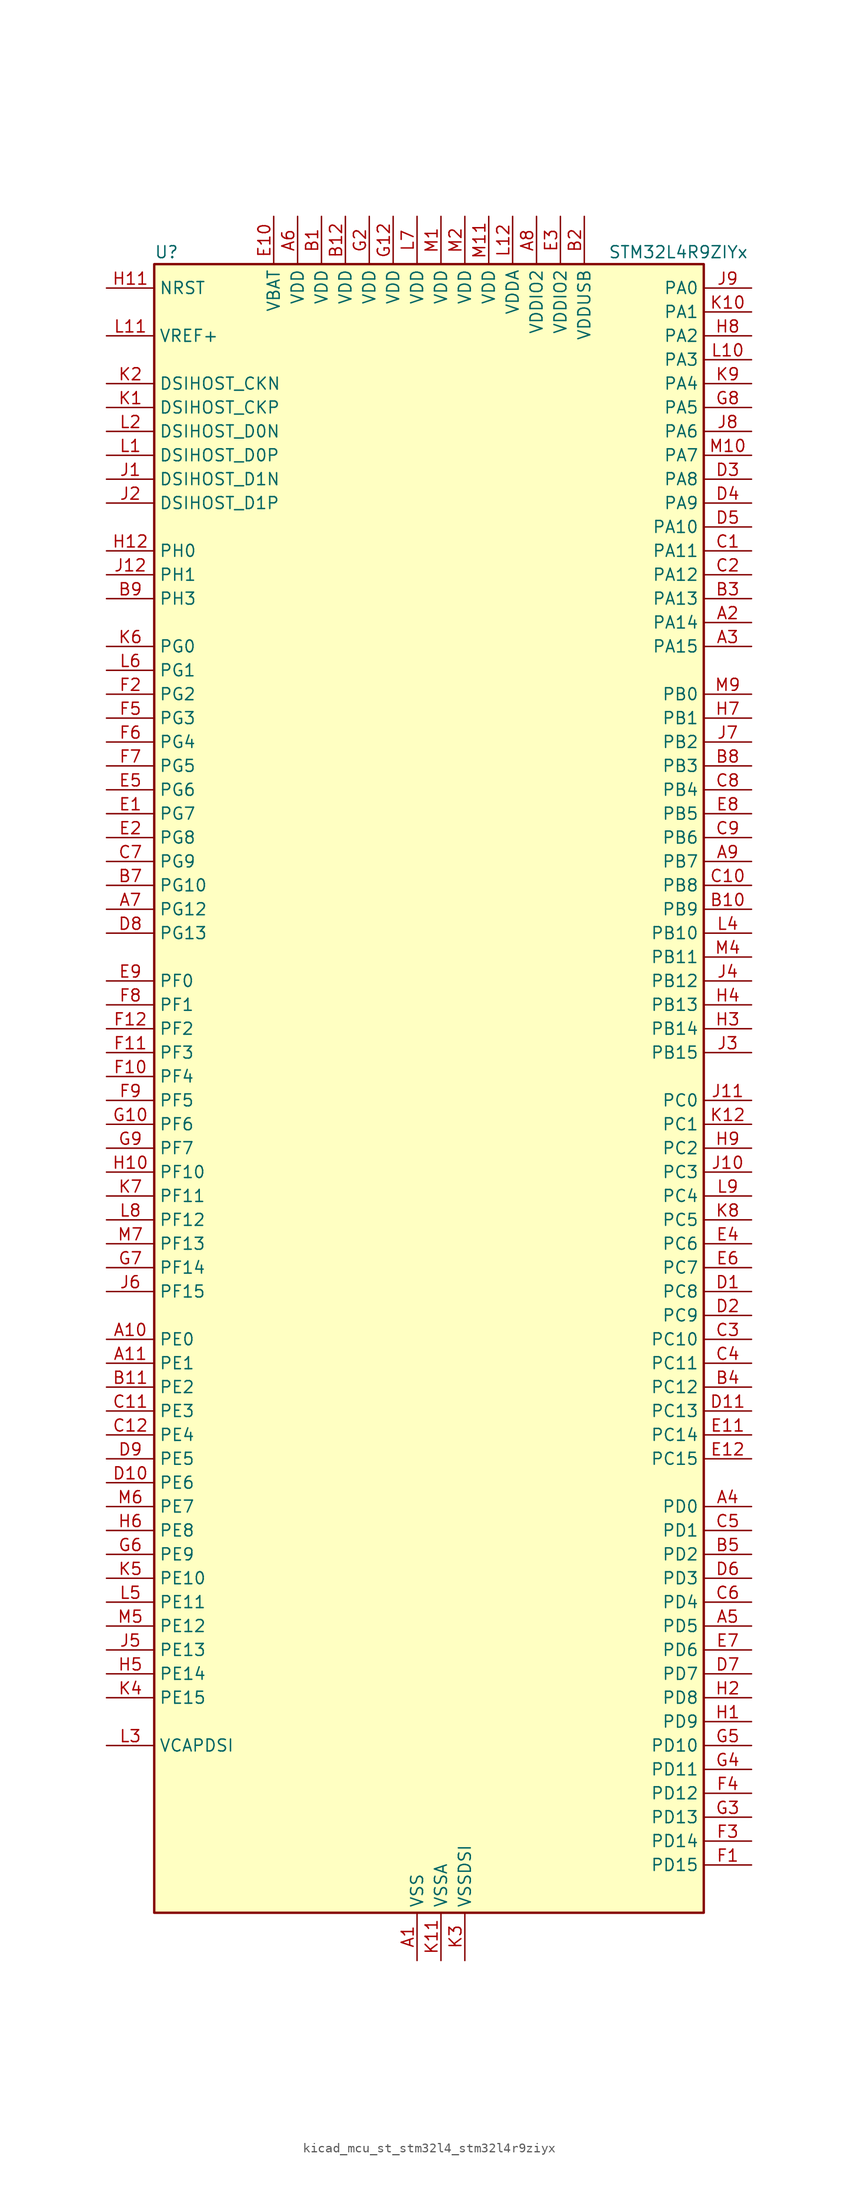
<source format=kicad_sym>
(kicad_symbol_lib
  (version 20220914)
  (generator kicad_symbol_editor)
  (symbol "kicad_mcu_st_stm32l4_stm32l4r9ziyx"
    (property "Reference" "U"
      (at -27.94 90.17 0)
      (effects (font (size 1.27 1.27)) (justify left)))
    (property "Value" "STM32L4R9ZIYx"
      (at 20.32 90.17 0)
      (effects (font (size 1.27 1.27)) (justify left)))
    (property "ki_locked" ""
      (at 0 0 0)
      (effects (font (size 1.27 1.27))))
    (symbol "kicad_mcu_st_stm32l4_stm32l4r9ziyx_0_1"
      (rectangle (start -27.94 -86.36) (end 30.48 88.9) (stroke (width 0.254) (type default)) (fill (type background))))
    (symbol "kicad_mcu_st_stm32l4_stm32l4r9ziyx_1_1"
      (pin power_in line (at 0 -91.44 90) (length 5.08) (name "VSS" (effects (font (size 1.27 1.27)))) (number "A1" (effects (font (size 1.27 1.27)))))
      (pin bidirectional line (at -33.02 -25.4 0) (length 5.08) (name "PE0" (effects (font (size 1.27 1.27)))) (number "A10" (effects (font (size 1.27 1.27)))) (alternate "DCMI_D2" bidirectional line) (alternate "FMC_NBL0" bidirectional line) (alternate "LTDC_HSYNC" bidirectional line) (alternate "TIM16_CH1" bidirectional line) (alternate "TIM4_ETR" bidirectional line))
      (pin bidirectional line (at -33.02 -27.94 0) (length 5.08) (name "PE1" (effects (font (size 1.27 1.27)))) (number "A11" (effects (font (size 1.27 1.27)))) (alternate "DCMI_D3" bidirectional line) (alternate "FMC_NBL1" bidirectional line) (alternate "LTDC_VSYNC" bidirectional line) (alternate "TIM17_CH1" bidirectional line))
      (pin passive line (at 0 -91.44 90) (length 5.08) hide (name "VSS" (effects (font (size 1.27 1.27)))) (number "A12" (effects (font (size 1.27 1.27)))))
      (pin bidirectional line (at 35.56 50.8 180) (length 5.08) (name "PA14" (effects (font (size 1.27 1.27)))) (number "A2" (effects (font (size 1.27 1.27)))) (alternate "I2C1_SMBA" bidirectional line) (alternate "I2C4_SMBA" bidirectional line) (alternate "LPTIM1_OUT" bidirectional line) (alternate "SAI1_FS_B" bidirectional line) (alternate "SYS_JTCK-SWCLK" bidirectional line) (alternate "USB_OTG_FS_SOF" bidirectional line))
      (pin bidirectional line (at 35.56 48.26 180) (length 5.08) (name "PA15" (effects (font (size 1.27 1.27)))) (number "A3" (effects (font (size 1.27 1.27)))) (alternate "ADC1_EXTI15" bidirectional line) (alternate "SAI2_FS_B" bidirectional line) (alternate "SPI1_NSS" bidirectional line) (alternate "SPI3_NSS" bidirectional line) (alternate "SYS_JTDI" bidirectional line) (alternate "TIM2_CH1" bidirectional line) (alternate "TIM2_ETR" bidirectional line) (alternate "TSC_G3_IO1" bidirectional line) (alternate "UART4_DE" bidirectional line) (alternate "UART4_RTS" bidirectional line) (alternate "USART2_RX" bidirectional line) (alternate "USART3_DE" bidirectional line) (alternate "USART3_RTS" bidirectional line))
      (pin bidirectional line (at 35.56 -43.18 180) (length 5.08) (name "PD0" (effects (font (size 1.27 1.27)))) (number "A4" (effects (font (size 1.27 1.27)))) (alternate "CAN1_RX" bidirectional line) (alternate "DFSDM1_DATIN7" bidirectional line) (alternate "FMC_D2" bidirectional line) (alternate "FMC_DA2" bidirectional line) (alternate "LTDC_B4" bidirectional line) (alternate "SPI2_NSS" bidirectional line))
      (pin bidirectional line (at 35.56 -55.88 180) (length 5.08) (name "PD5" (effects (font (size 1.27 1.27)))) (number "A5" (effects (font (size 1.27 1.27)))) (alternate "FMC_NWE" bidirectional line) (alternate "OCTOSPIM_P1_IO5" bidirectional line) (alternate "USART2_TX" bidirectional line))
      (pin power_in line (at -12.7 93.98 270) (length 5.08) (name "VDD" (effects (font (size 1.27 1.27)))) (number "A6" (effects (font (size 1.27 1.27)))))
      (pin bidirectional line (at -33.02 20.32 0) (length 5.08) (name "PG12" (effects (font (size 1.27 1.27)))) (number "A7" (effects (font (size 1.27 1.27)))) (alternate "FMC_NE4" bidirectional line) (alternate "LPTIM1_ETR" bidirectional line) (alternate "OCTOSPIM_P2_NCS" bidirectional line) (alternate "SAI2_SD_A" bidirectional line) (alternate "SPI3_NSS" bidirectional line) (alternate "USART1_DE" bidirectional line) (alternate "USART1_RTS" bidirectional line))
      (pin power_in line (at 12.7 93.98 270) (length 5.08) (name "VDDIO2" (effects (font (size 1.27 1.27)))) (number "A8" (effects (font (size 1.27 1.27)))))
      (pin bidirectional line (at 35.56 25.4 180) (length 5.08) (name "PB7" (effects (font (size 1.27 1.27)))) (number "A9" (effects (font (size 1.27 1.27)))) (alternate "COMP2_INM" bidirectional line) (alternate "DCMI_VSYNC" bidirectional line) (alternate "DFSDM1_CKIN5" bidirectional line) (alternate "DSIHOST_TE" bidirectional line) (alternate "FMC_NL" bidirectional line) (alternate "I2C1_SDA" bidirectional line) (alternate "I2C4_SDA" bidirectional line) (alternate "LPTIM1_IN2" bidirectional line) (alternate "SYS_PVD_IN" bidirectional line) (alternate "TIM17_CH1N" bidirectional line) (alternate "TIM4_CH2" bidirectional line) (alternate "TIM8_BKIN" bidirectional line) (alternate "TSC_G2_IO4" bidirectional line) (alternate "UART4_CTS" bidirectional line) (alternate "USART1_RX" bidirectional line))
      (pin power_in line (at -10.16 93.98 270) (length 5.08) (name "VDD" (effects (font (size 1.27 1.27)))) (number "B1" (effects (font (size 1.27 1.27)))))
      (pin bidirectional line (at 35.56 20.32 180) (length 5.08) (name "PB9" (effects (font (size 1.27 1.27)))) (number "B10" (effects (font (size 1.27 1.27)))) (alternate "CAN1_TX" bidirectional line) (alternate "DAC1_EXTI9" bidirectional line) (alternate "DCMI_D7" bidirectional line) (alternate "DFSDM1_CKIN6" bidirectional line) (alternate "I2C1_SDA" bidirectional line) (alternate "IR_OUT" bidirectional line) (alternate "SAI1_D2" bidirectional line) (alternate "SAI1_FS_A" bidirectional line) (alternate "SDMMC1_CDIR" bidirectional line) (alternate "SDMMC1_D5" bidirectional line) (alternate "SPI2_NSS" bidirectional line) (alternate "TIM17_CH1" bidirectional line) (alternate "TIM4_CH4" bidirectional line))
      (pin bidirectional line (at -33.02 -30.48 0) (length 5.08) (name "PE2" (effects (font (size 1.27 1.27)))) (number "B11" (effects (font (size 1.27 1.27)))) (alternate "FMC_A23" bidirectional line) (alternate "LTDC_R0" bidirectional line) (alternate "SAI1_CK1" bidirectional line) (alternate "SAI1_MCLK_A" bidirectional line) (alternate "SYS_TRACECLK" bidirectional line) (alternate "TIM3_ETR" bidirectional line) (alternate "TSC_G7_IO1" bidirectional line))
      (pin power_in line (at -7.62 93.98 270) (length 5.08) (name "VDD" (effects (font (size 1.27 1.27)))) (number "B12" (effects (font (size 1.27 1.27)))))
      (pin power_in line (at 17.78 93.98 270) (length 5.08) (name "VDDUSB" (effects (font (size 1.27 1.27)))) (number "B2" (effects (font (size 1.27 1.27)))))
      (pin bidirectional line (at 35.56 53.34 180) (length 5.08) (name "PA13" (effects (font (size 1.27 1.27)))) (number "B3" (effects (font (size 1.27 1.27)))) (alternate "IR_OUT" bidirectional line) (alternate "SAI1_SD_B" bidirectional line) (alternate "SYS_JTMS-SWDIO" bidirectional line) (alternate "USB_OTG_FS_NOE" bidirectional line))
      (pin bidirectional line (at 35.56 -30.48 180) (length 5.08) (name "PC12" (effects (font (size 1.27 1.27)))) (number "B4" (effects (font (size 1.27 1.27)))) (alternate "DCMI_D9" bidirectional line) (alternate "SAI2_SD_B" bidirectional line) (alternate "SDMMC1_CK" bidirectional line) (alternate "SPI3_MOSI" bidirectional line) (alternate "SYS_TRACED3" bidirectional line) (alternate "TSC_G3_IO4" bidirectional line) (alternate "UART5_TX" bidirectional line) (alternate "USART3_CK" bidirectional line))
      (pin bidirectional line (at 35.56 -48.26 180) (length 5.08) (name "PD2" (effects (font (size 1.27 1.27)))) (number "B5" (effects (font (size 1.27 1.27)))) (alternate "DCMI_D11" bidirectional line) (alternate "SDMMC1_CMD" bidirectional line) (alternate "SYS_TRACED2" bidirectional line) (alternate "TIM3_ETR" bidirectional line) (alternate "TSC_SYNC" bidirectional line) (alternate "UART5_RX" bidirectional line) (alternate "USART3_DE" bidirectional line) (alternate "USART3_RTS" bidirectional line))
      (pin passive line (at 0 -91.44 90) (length 5.08) hide (name "VSS" (effects (font (size 1.27 1.27)))) (number "B6" (effects (font (size 1.27 1.27)))))
      (pin bidirectional line (at -33.02 22.86 0) (length 5.08) (name "PG10" (effects (font (size 1.27 1.27)))) (number "B7" (effects (font (size 1.27 1.27)))) (alternate "FMC_NE3" bidirectional line) (alternate "LPTIM1_IN1" bidirectional line) (alternate "OCTOSPIM_P2_IO7" bidirectional line) (alternate "SAI2_FS_A" bidirectional line) (alternate "SPI3_MISO" bidirectional line) (alternate "TIM15_CH1" bidirectional line) (alternate "USART1_RX" bidirectional line))
      (pin bidirectional line (at 35.56 35.56 180) (length 5.08) (name "PB3" (effects (font (size 1.27 1.27)))) (number "B8" (effects (font (size 1.27 1.27)))) (alternate "COMP2_INM" bidirectional line) (alternate "CRS_SYNC" bidirectional line) (alternate "SAI1_SCK_B" bidirectional line) (alternate "SPI1_SCK" bidirectional line) (alternate "SPI3_SCK" bidirectional line) (alternate "SYS_JTDO-SWO" bidirectional line) (alternate "TIM2_CH2" bidirectional line) (alternate "USART1_DE" bidirectional line) (alternate "USART1_RTS" bidirectional line))
      (pin bidirectional line (at -33.02 53.34 0) (length 5.08) (name "PH3" (effects (font (size 1.27 1.27)))) (number "B9" (effects (font (size 1.27 1.27)))))
      (pin bidirectional line (at 35.56 58.42 180) (length 5.08) (name "PA11" (effects (font (size 1.27 1.27)))) (number "C1" (effects (font (size 1.27 1.27)))) (alternate "ADC1_EXTI11" bidirectional line) (alternate "CAN1_RX" bidirectional line) (alternate "SPI1_MISO" bidirectional line) (alternate "TIM1_BKIN2" bidirectional line) (alternate "TIM1_CH4" bidirectional line) (alternate "USART1_CTS" bidirectional line) (alternate "USART1_NSS" bidirectional line) (alternate "USB_OTG_FS_DM" bidirectional line))
      (pin bidirectional line (at 35.56 22.86 180) (length 5.08) (name "PB8" (effects (font (size 1.27 1.27)))) (number "C10" (effects (font (size 1.27 1.27)))) (alternate "CAN1_RX" bidirectional line) (alternate "DCMI_D6" bidirectional line) (alternate "DFSDM1_CKOUT" bidirectional line) (alternate "DFSDM1_DATIN6" bidirectional line) (alternate "I2C1_SCL" bidirectional line) (alternate "LTDC_B1" bidirectional line) (alternate "SAI1_CK1" bidirectional line) (alternate "SAI1_MCLK_A" bidirectional line) (alternate "SDMMC1_CKIN" bidirectional line) (alternate "SDMMC1_D4" bidirectional line) (alternate "TIM16_CH1" bidirectional line) (alternate "TIM4_CH3" bidirectional line))
      (pin bidirectional line (at -33.02 -33.02 0) (length 5.08) (name "PE3" (effects (font (size 1.27 1.27)))) (number "C11" (effects (font (size 1.27 1.27)))) (alternate "FMC_A19" bidirectional line) (alternate "LTDC_R1" bidirectional line) (alternate "OCTOSPIM_P1_DQS" bidirectional line) (alternate "SAI1_SD_B" bidirectional line) (alternate "SYS_TRACED0" bidirectional line) (alternate "TIM3_CH1" bidirectional line) (alternate "TSC_G7_IO2" bidirectional line))
      (pin bidirectional line (at -33.02 -35.56 0) (length 5.08) (name "PE4" (effects (font (size 1.27 1.27)))) (number "C12" (effects (font (size 1.27 1.27)))) (alternate "DCMI_D4" bidirectional line) (alternate "DFSDM1_DATIN3" bidirectional line) (alternate "FMC_A20" bidirectional line) (alternate "LTDC_B0" bidirectional line) (alternate "SAI1_D2" bidirectional line) (alternate "SAI1_FS_A" bidirectional line) (alternate "SYS_TRACED1" bidirectional line) (alternate "TIM3_CH2" bidirectional line) (alternate "TSC_G7_IO3" bidirectional line))
      (pin bidirectional line (at 35.56 55.88 180) (length 5.08) (name "PA12" (effects (font (size 1.27 1.27)))) (number "C2" (effects (font (size 1.27 1.27)))) (alternate "CAN1_TX" bidirectional line) (alternate "SPI1_MOSI" bidirectional line) (alternate "TIM1_ETR" bidirectional line) (alternate "USART1_DE" bidirectional line) (alternate "USART1_RTS" bidirectional line) (alternate "USB_OTG_FS_DP" bidirectional line))
      (pin bidirectional line (at 35.56 -25.4 180) (length 5.08) (name "PC10" (effects (font (size 1.27 1.27)))) (number "C3" (effects (font (size 1.27 1.27)))) (alternate "DCMI_D8" bidirectional line) (alternate "SAI2_SCK_B" bidirectional line) (alternate "SDMMC1_D2" bidirectional line) (alternate "SPI3_SCK" bidirectional line) (alternate "SYS_TRACED1" bidirectional line) (alternate "TSC_G3_IO2" bidirectional line) (alternate "UART4_TX" bidirectional line) (alternate "USART3_TX" bidirectional line))
      (pin bidirectional line (at 35.56 -27.94 180) (length 5.08) (name "PC11" (effects (font (size 1.27 1.27)))) (number "C4" (effects (font (size 1.27 1.27)))) (alternate "ADC1_EXTI11" bidirectional line) (alternate "DCMI_D2" bidirectional line) (alternate "DCMI_D4" bidirectional line) (alternate "OCTOSPIM_P1_NCS" bidirectional line) (alternate "SAI2_MCLK_B" bidirectional line) (alternate "SDMMC1_D3" bidirectional line) (alternate "SPI3_MISO" bidirectional line) (alternate "TSC_G3_IO3" bidirectional line) (alternate "UART4_RX" bidirectional line) (alternate "USART3_RX" bidirectional line))
      (pin bidirectional line (at 35.56 -45.72 180) (length 5.08) (name "PD1" (effects (font (size 1.27 1.27)))) (number "C5" (effects (font (size 1.27 1.27)))) (alternate "CAN1_TX" bidirectional line) (alternate "DFSDM1_CKIN7" bidirectional line) (alternate "FMC_D3" bidirectional line) (alternate "FMC_DA3" bidirectional line) (alternate "LTDC_B5" bidirectional line) (alternate "SPI2_SCK" bidirectional line))
      (pin bidirectional line (at 35.56 -53.34 180) (length 5.08) (name "PD4" (effects (font (size 1.27 1.27)))) (number "C6" (effects (font (size 1.27 1.27)))) (alternate "DFSDM1_CKIN0" bidirectional line) (alternate "FMC_NOE" bidirectional line) (alternate "OCTOSPIM_P1_IO4" bidirectional line) (alternate "SPI2_MOSI" bidirectional line) (alternate "USART2_DE" bidirectional line) (alternate "USART2_RTS" bidirectional line))
      (pin bidirectional line (at -33.02 25.4 0) (length 5.08) (name "PG9" (effects (font (size 1.27 1.27)))) (number "C7" (effects (font (size 1.27 1.27)))) (alternate "DAC1_EXTI9" bidirectional line) (alternate "FMC_NCE" bidirectional line) (alternate "FMC_NE2" bidirectional line) (alternate "OCTOSPIM_P2_IO6" bidirectional line) (alternate "SAI2_SCK_A" bidirectional line) (alternate "SPI3_SCK" bidirectional line) (alternate "TIM15_CH1N" bidirectional line) (alternate "USART1_TX" bidirectional line))
      (pin bidirectional line (at 35.56 33.02 180) (length 5.08) (name "PB4" (effects (font (size 1.27 1.27)))) (number "C8" (effects (font (size 1.27 1.27)))) (alternate "COMP2_INP" bidirectional line) (alternate "DCMI_D12" bidirectional line) (alternate "I2C3_SDA" bidirectional line) (alternate "SAI1_MCLK_B" bidirectional line) (alternate "SPI1_MISO" bidirectional line) (alternate "SPI3_MISO" bidirectional line) (alternate "SYS_JTRST" bidirectional line) (alternate "TIM17_BKIN" bidirectional line) (alternate "TIM3_CH1" bidirectional line) (alternate "TSC_G2_IO1" bidirectional line) (alternate "UART5_DE" bidirectional line) (alternate "UART5_RTS" bidirectional line) (alternate "USART1_CTS" bidirectional line) (alternate "USART1_NSS" bidirectional line))
      (pin bidirectional line (at 35.56 27.94 180) (length 5.08) (name "PB6" (effects (font (size 1.27 1.27)))) (number "C9" (effects (font (size 1.27 1.27)))) (alternate "COMP2_INP" bidirectional line) (alternate "DCMI_D5" bidirectional line) (alternate "DFSDM1_DATIN5" bidirectional line) (alternate "I2C1_SCL" bidirectional line) (alternate "I2C4_SCL" bidirectional line) (alternate "LPTIM1_ETR" bidirectional line) (alternate "SAI1_FS_B" bidirectional line) (alternate "TIM16_CH1N" bidirectional line) (alternate "TIM4_CH1" bidirectional line) (alternate "TIM8_BKIN2" bidirectional line) (alternate "TSC_G2_IO3" bidirectional line) (alternate "USART1_TX" bidirectional line))
      (pin bidirectional line (at 35.56 -20.32 180) (length 5.08) (name "PC8" (effects (font (size 1.27 1.27)))) (number "D1" (effects (font (size 1.27 1.27)))) (alternate "DCMI_D2" bidirectional line) (alternate "SDMMC1_D0" bidirectional line) (alternate "TIM3_CH3" bidirectional line) (alternate "TIM8_CH3" bidirectional line) (alternate "TSC_G4_IO3" bidirectional line))
      (pin bidirectional line (at -33.02 -40.64 0) (length 5.08) (name "PE6" (effects (font (size 1.27 1.27)))) (number "D10" (effects (font (size 1.27 1.27)))) (alternate "DCMI_D7" bidirectional line) (alternate "FMC_A22" bidirectional line) (alternate "LTDC_G1" bidirectional line) (alternate "RTC_TAMP3" bidirectional line) (alternate "SAI1_D1" bidirectional line) (alternate "SAI1_SD_A" bidirectional line) (alternate "SYS_TRACED3" bidirectional line) (alternate "SYS_WKUP3" bidirectional line) (alternate "TIM3_CH4" bidirectional line))
      (pin bidirectional line (at 35.56 -33.02 180) (length 5.08) (name "PC13" (effects (font (size 1.27 1.27)))) (number "D11" (effects (font (size 1.27 1.27)))) (alternate "RTC_OUT_ALARM" bidirectional line) (alternate "RTC_OUT_CALIB" bidirectional line) (alternate "RTC_TAMP1" bidirectional line) (alternate "RTC_TS" bidirectional line) (alternate "SYS_WKUP2" bidirectional line))
      (pin passive line (at 0 -91.44 90) (length 5.08) hide (name "VSS" (effects (font (size 1.27 1.27)))) (number "D12" (effects (font (size 1.27 1.27)))))
      (pin bidirectional line (at 35.56 -22.86 180) (length 5.08) (name "PC9" (effects (font (size 1.27 1.27)))) (number "D2" (effects (font (size 1.27 1.27)))) (alternate "DAC1_EXTI9" bidirectional line) (alternate "DCMI_D3" bidirectional line) (alternate "I2C3_SDA" bidirectional line) (alternate "SAI2_EXTCLK" bidirectional line) (alternate "SDMMC1_D1" bidirectional line) (alternate "SYS_TRACED0" bidirectional line) (alternate "TIM3_CH4" bidirectional line) (alternate "TIM8_BKIN2" bidirectional line) (alternate "TIM8_CH4" bidirectional line) (alternate "TSC_G4_IO4" bidirectional line) (alternate "USB_OTG_FS_NOE" bidirectional line))
      (pin bidirectional line (at 35.56 66.04 180) (length 5.08) (name "PA8" (effects (font (size 1.27 1.27)))) (number "D3" (effects (font (size 1.27 1.27)))) (alternate "LPTIM2_OUT" bidirectional line) (alternate "RCC_MCO" bidirectional line) (alternate "SAI1_CK2" bidirectional line) (alternate "SAI1_SCK_A" bidirectional line) (alternate "TIM1_CH1" bidirectional line) (alternate "USART1_CK" bidirectional line) (alternate "USB_OTG_FS_SOF" bidirectional line))
      (pin bidirectional line (at 35.56 63.5 180) (length 5.08) (name "PA9" (effects (font (size 1.27 1.27)))) (number "D4" (effects (font (size 1.27 1.27)))) (alternate "DAC1_EXTI9" bidirectional line) (alternate "DCMI_D0" bidirectional line) (alternate "SAI1_FS_A" bidirectional line) (alternate "SPI2_SCK" bidirectional line) (alternate "TIM15_BKIN" bidirectional line) (alternate "TIM1_CH2" bidirectional line) (alternate "USART1_TX" bidirectional line) (alternate "USB_OTG_FS_VBUS" bidirectional line))
      (pin bidirectional line (at 35.56 60.96 180) (length 5.08) (name "PA10" (effects (font (size 1.27 1.27)))) (number "D5" (effects (font (size 1.27 1.27)))) (alternate "DCMI_D1" bidirectional line) (alternate "SAI1_D1" bidirectional line) (alternate "SAI1_SD_A" bidirectional line) (alternate "TIM17_BKIN" bidirectional line) (alternate "TIM1_CH3" bidirectional line) (alternate "USART1_RX" bidirectional line) (alternate "USB_OTG_FS_ID" bidirectional line))
      (pin bidirectional line (at 35.56 -50.8 180) (length 5.08) (name "PD3" (effects (font (size 1.27 1.27)))) (number "D6" (effects (font (size 1.27 1.27)))) (alternate "DCMI_D5" bidirectional line) (alternate "DFSDM1_DATIN0" bidirectional line) (alternate "FMC_CLK" bidirectional line) (alternate "LTDC_CLK" bidirectional line) (alternate "OCTOSPIM_P2_NCS" bidirectional line) (alternate "SPI2_MISO" bidirectional line) (alternate "SPI2_SCK" bidirectional line) (alternate "USART2_CTS" bidirectional line) (alternate "USART2_NSS" bidirectional line))
      (pin bidirectional line (at 35.56 -60.96 180) (length 5.08) (name "PD7" (effects (font (size 1.27 1.27)))) (number "D7" (effects (font (size 1.27 1.27)))) (alternate "DFSDM1_CKIN1" bidirectional line) (alternate "FMC_NCE" bidirectional line) (alternate "FMC_NE1" bidirectional line) (alternate "OCTOSPIM_P1_IO7" bidirectional line) (alternate "USART2_CK" bidirectional line))
      (pin bidirectional line (at -33.02 17.78 0) (length 5.08) (name "PG13" (effects (font (size 1.27 1.27)))) (number "D8" (effects (font (size 1.27 1.27)))) (alternate "FMC_A24" bidirectional line) (alternate "I2C1_SDA" bidirectional line) (alternate "LTDC_R0" bidirectional line) (alternate "USART1_CK" bidirectional line))
      (pin bidirectional line (at -33.02 -38.1 0) (length 5.08) (name "PE5" (effects (font (size 1.27 1.27)))) (number "D9" (effects (font (size 1.27 1.27)))) (alternate "DCMI_D6" bidirectional line) (alternate "DFSDM1_CKIN3" bidirectional line) (alternate "FMC_A21" bidirectional line) (alternate "LTDC_G0" bidirectional line) (alternate "SAI1_CK2" bidirectional line) (alternate "SAI1_SCK_A" bidirectional line) (alternate "SYS_TRACED2" bidirectional line) (alternate "TIM3_CH3" bidirectional line) (alternate "TSC_G7_IO4" bidirectional line))
      (pin bidirectional line (at -33.02 30.48 0) (length 5.08) (name "PG7" (effects (font (size 1.27 1.27)))) (number "E1" (effects (font (size 1.27 1.27)))) (alternate "DFSDM1_CKOUT" bidirectional line) (alternate "FMC_INT" bidirectional line) (alternate "I2C3_SCL" bidirectional line) (alternate "LPUART1_TX" bidirectional line) (alternate "OCTOSPIM_P2_DQS" bidirectional line) (alternate "SAI1_CK1" bidirectional line) (alternate "SAI1_MCLK_A" bidirectional line))
      (pin power_in line (at -15.24 93.98 270) (length 5.08) (name "VBAT" (effects (font (size 1.27 1.27)))) (number "E10" (effects (font (size 1.27 1.27)))))
      (pin bidirectional line (at 35.56 -35.56 180) (length 5.08) (name "PC14" (effects (font (size 1.27 1.27)))) (number "E11" (effects (font (size 1.27 1.27)))) (alternate "RCC_OSC32_IN" bidirectional line))
      (pin bidirectional line (at 35.56 -38.1 180) (length 5.08) (name "PC15" (effects (font (size 1.27 1.27)))) (number "E12" (effects (font (size 1.27 1.27)))) (alternate "ADC1_EXTI15" bidirectional line) (alternate "RCC_OSC32_OUT" bidirectional line))
      (pin bidirectional line (at -33.02 27.94 0) (length 5.08) (name "PG8" (effects (font (size 1.27 1.27)))) (number "E2" (effects (font (size 1.27 1.27)))) (alternate "I2C3_SDA" bidirectional line) (alternate "LPUART1_RX" bidirectional line))
      (pin power_in line (at 15.24 93.98 270) (length 5.08) (name "VDDIO2" (effects (font (size 1.27 1.27)))) (number "E3" (effects (font (size 1.27 1.27)))))
      (pin bidirectional line (at 35.56 -15.24 180) (length 5.08) (name "PC6" (effects (font (size 1.27 1.27)))) (number "E4" (effects (font (size 1.27 1.27)))) (alternate "DCMI_D0" bidirectional line) (alternate "DFSDM1_CKIN3" bidirectional line) (alternate "LTDC_R0" bidirectional line) (alternate "SAI2_MCLK_A" bidirectional line) (alternate "SDMMC1_D0DIR" bidirectional line) (alternate "SDMMC1_D6" bidirectional line) (alternate "TIM3_CH1" bidirectional line) (alternate "TIM8_CH1" bidirectional line) (alternate "TSC_G4_IO1" bidirectional line))
      (pin bidirectional line (at -33.02 33.02 0) (length 5.08) (name "PG6" (effects (font (size 1.27 1.27)))) (number "E5" (effects (font (size 1.27 1.27)))) (alternate "DSIHOST_TE" bidirectional line) (alternate "I2C3_SMBA" bidirectional line) (alternate "LPUART1_DE" bidirectional line) (alternate "LPUART1_RTS" bidirectional line) (alternate "LTDC_R1" bidirectional line) (alternate "OCTOSPIM_P1_DQS" bidirectional line))
      (pin bidirectional line (at 35.56 -17.78 180) (length 5.08) (name "PC7" (effects (font (size 1.27 1.27)))) (number "E6" (effects (font (size 1.27 1.27)))) (alternate "DCMI_D1" bidirectional line) (alternate "DFSDM1_DATIN3" bidirectional line) (alternate "LTDC_R1" bidirectional line) (alternate "SAI2_MCLK_B" bidirectional line) (alternate "SDMMC1_D123DIR" bidirectional line) (alternate "SDMMC1_D7" bidirectional line) (alternate "TIM3_CH2" bidirectional line) (alternate "TIM8_CH2" bidirectional line) (alternate "TSC_G4_IO2" bidirectional line))
      (pin bidirectional line (at 35.56 -58.42 180) (length 5.08) (name "PD6" (effects (font (size 1.27 1.27)))) (number "E7" (effects (font (size 1.27 1.27)))) (alternate "DCMI_D10" bidirectional line) (alternate "DFSDM1_DATIN1" bidirectional line) (alternate "FMC_NWAIT" bidirectional line) (alternate "LTDC_DE" bidirectional line) (alternate "OCTOSPIM_P1_IO6" bidirectional line) (alternate "SAI1_D1" bidirectional line) (alternate "SAI1_SD_A" bidirectional line) (alternate "SPI3_MOSI" bidirectional line) (alternate "USART2_RX" bidirectional line))
      (pin bidirectional line (at 35.56 30.48 180) (length 5.08) (name "PB5" (effects (font (size 1.27 1.27)))) (number "E8" (effects (font (size 1.27 1.27)))) (alternate "COMP2_OUT" bidirectional line) (alternate "DCMI_D10" bidirectional line) (alternate "I2C1_SMBA" bidirectional line) (alternate "LPTIM1_IN1" bidirectional line) (alternate "SAI1_SD_B" bidirectional line) (alternate "SPI1_MOSI" bidirectional line) (alternate "SPI3_MOSI" bidirectional line) (alternate "TIM16_BKIN" bidirectional line) (alternate "TIM3_CH2" bidirectional line) (alternate "TSC_G2_IO2" bidirectional line) (alternate "UART5_CTS" bidirectional line) (alternate "USART1_CK" bidirectional line))
      (pin bidirectional line (at -33.02 12.7 0) (length 5.08) (name "PF0" (effects (font (size 1.27 1.27)))) (number "E9" (effects (font (size 1.27 1.27)))) (alternate "FMC_A0" bidirectional line) (alternate "I2C2_SDA" bidirectional line) (alternate "OCTOSPIM_P2_IO0" bidirectional line))
      (pin bidirectional line (at 35.56 -81.28 180) (length 5.08) (name "PD15" (effects (font (size 1.27 1.27)))) (number "F1" (effects (font (size 1.27 1.27)))) (alternate "ADC1_EXTI15" bidirectional line) (alternate "FMC_D1" bidirectional line) (alternate "FMC_DA1" bidirectional line) (alternate "LTDC_B3" bidirectional line) (alternate "TIM4_CH4" bidirectional line))
      (pin bidirectional line (at -33.02 2.54 0) (length 5.08) (name "PF4" (effects (font (size 1.27 1.27)))) (number "F10" (effects (font (size 1.27 1.27)))) (alternate "FMC_A4" bidirectional line) (alternate "OCTOSPIM_P2_CLK" bidirectional line))
      (pin bidirectional line (at -33.02 5.08 0) (length 5.08) (name "PF3" (effects (font (size 1.27 1.27)))) (number "F11" (effects (font (size 1.27 1.27)))) (alternate "FMC_A3" bidirectional line) (alternate "OCTOSPIM_P2_IO3" bidirectional line))
      (pin bidirectional line (at -33.02 7.62 0) (length 5.08) (name "PF2" (effects (font (size 1.27 1.27)))) (number "F12" (effects (font (size 1.27 1.27)))) (alternate "FMC_A2" bidirectional line) (alternate "I2C2_SMBA" bidirectional line) (alternate "OCTOSPIM_P2_IO2" bidirectional line))
      (pin bidirectional line (at -33.02 43.18 0) (length 5.08) (name "PG2" (effects (font (size 1.27 1.27)))) (number "F2" (effects (font (size 1.27 1.27)))) (alternate "FMC_A12" bidirectional line) (alternate "SAI2_SCK_B" bidirectional line) (alternate "SPI1_SCK" bidirectional line))
      (pin bidirectional line (at 35.56 -78.74 180) (length 5.08) (name "PD14" (effects (font (size 1.27 1.27)))) (number "F3" (effects (font (size 1.27 1.27)))) (alternate "FMC_D0" bidirectional line) (alternate "FMC_DA0" bidirectional line) (alternate "LTDC_B2" bidirectional line) (alternate "TIM4_CH3" bidirectional line))
      (pin bidirectional line (at 35.56 -73.66 180) (length 5.08) (name "PD12" (effects (font (size 1.27 1.27)))) (number "F4" (effects (font (size 1.27 1.27)))) (alternate "FMC_A17" bidirectional line) (alternate "FMC_ALE" bidirectional line) (alternate "I2C4_SCL" bidirectional line) (alternate "LPTIM2_IN1" bidirectional line) (alternate "LTDC_R7" bidirectional line) (alternate "SAI2_FS_A" bidirectional line) (alternate "TIM4_CH1" bidirectional line) (alternate "TSC_G6_IO3" bidirectional line) (alternate "USART3_DE" bidirectional line) (alternate "USART3_RTS" bidirectional line))
      (pin bidirectional line (at -33.02 40.64 0) (length 5.08) (name "PG3" (effects (font (size 1.27 1.27)))) (number "F5" (effects (font (size 1.27 1.27)))) (alternate "FMC_A13" bidirectional line) (alternate "SAI2_FS_B" bidirectional line) (alternate "SPI1_MISO" bidirectional line))
      (pin bidirectional line (at -33.02 38.1 0) (length 5.08) (name "PG4" (effects (font (size 1.27 1.27)))) (number "F6" (effects (font (size 1.27 1.27)))) (alternate "FMC_A14" bidirectional line) (alternate "SAI2_MCLK_B" bidirectional line) (alternate "SPI1_MOSI" bidirectional line))
      (pin bidirectional line (at -33.02 35.56 0) (length 5.08) (name "PG5" (effects (font (size 1.27 1.27)))) (number "F7" (effects (font (size 1.27 1.27)))) (alternate "FMC_A15" bidirectional line) (alternate "LPUART1_CTS" bidirectional line) (alternate "SAI2_SD_B" bidirectional line) (alternate "SPI1_NSS" bidirectional line))
      (pin bidirectional line (at -33.02 10.16 0) (length 5.08) (name "PF1" (effects (font (size 1.27 1.27)))) (number "F8" (effects (font (size 1.27 1.27)))) (alternate "FMC_A1" bidirectional line) (alternate "I2C2_SCL" bidirectional line) (alternate "OCTOSPIM_P2_IO1" bidirectional line))
      (pin bidirectional line (at -33.02 0 0) (length 5.08) (name "PF5" (effects (font (size 1.27 1.27)))) (number "F9" (effects (font (size 1.27 1.27)))) (alternate "FMC_A5" bidirectional line))
      (pin passive line (at 0 -91.44 90) (length 5.08) hide (name "VSS" (effects (font (size 1.27 1.27)))) (number "G1" (effects (font (size 1.27 1.27)))))
      (pin bidirectional line (at -33.02 -2.54 0) (length 5.08) (name "PF6" (effects (font (size 1.27 1.27)))) (number "G10" (effects (font (size 1.27 1.27)))) (alternate "OCTOSPIM_P1_IO3" bidirectional line) (alternate "SAI1_SD_B" bidirectional line) (alternate "TIM5_CH1" bidirectional line) (alternate "TIM5_ETR" bidirectional line))
      (pin passive line (at 0 -91.44 90) (length 5.08) hide (name "VSS" (effects (font (size 1.27 1.27)))) (number "G11" (effects (font (size 1.27 1.27)))))
      (pin power_in line (at -2.54 93.98 270) (length 5.08) (name "VDD" (effects (font (size 1.27 1.27)))) (number "G12" (effects (font (size 1.27 1.27)))))
      (pin power_in line (at -5.08 93.98 270) (length 5.08) (name "VDD" (effects (font (size 1.27 1.27)))) (number "G2" (effects (font (size 1.27 1.27)))))
      (pin bidirectional line (at 35.56 -76.2 180) (length 5.08) (name "PD13" (effects (font (size 1.27 1.27)))) (number "G3" (effects (font (size 1.27 1.27)))) (alternate "FMC_A18" bidirectional line) (alternate "I2C4_SDA" bidirectional line) (alternate "LPTIM2_OUT" bidirectional line) (alternate "TIM4_CH2" bidirectional line) (alternate "TSC_G6_IO4" bidirectional line))
      (pin bidirectional line (at 35.56 -71.12 180) (length 5.08) (name "PD11" (effects (font (size 1.27 1.27)))) (number "G4" (effects (font (size 1.27 1.27)))) (alternate "ADC1_EXTI11" bidirectional line) (alternate "FMC_A16" bidirectional line) (alternate "FMC_CLE" bidirectional line) (alternate "I2C4_SMBA" bidirectional line) (alternate "LPTIM2_ETR" bidirectional line) (alternate "LTDC_R6" bidirectional line) (alternate "SAI2_SD_A" bidirectional line) (alternate "TSC_G6_IO2" bidirectional line) (alternate "USART3_CTS" bidirectional line) (alternate "USART3_NSS" bidirectional line))
      (pin bidirectional line (at 35.56 -68.58 180) (length 5.08) (name "PD10" (effects (font (size 1.27 1.27)))) (number "G5" (effects (font (size 1.27 1.27)))) (alternate "FMC_D15" bidirectional line) (alternate "FMC_DA15" bidirectional line) (alternate "LTDC_R5" bidirectional line) (alternate "SAI2_SCK_A" bidirectional line) (alternate "TSC_G6_IO1" bidirectional line) (alternate "USART3_CK" bidirectional line))
      (pin bidirectional line (at -33.02 -48.26 0) (length 5.08) (name "PE9" (effects (font (size 1.27 1.27)))) (number "G6" (effects (font (size 1.27 1.27)))) (alternate "DAC1_EXTI9" bidirectional line) (alternate "DFSDM1_CKOUT" bidirectional line) (alternate "FMC_D6" bidirectional line) (alternate "FMC_DA6" bidirectional line) (alternate "LTDC_G2" bidirectional line) (alternate "SAI1_FS_B" bidirectional line) (alternate "TIM1_CH1" bidirectional line))
      (pin bidirectional line (at -33.02 -17.78 0) (length 5.08) (name "PF14" (effects (font (size 1.27 1.27)))) (number "G7" (effects (font (size 1.27 1.27)))) (alternate "DFSDM1_CKIN6" bidirectional line) (alternate "FMC_A8" bidirectional line) (alternate "I2C4_SCL" bidirectional line) (alternate "LTDC_G0" bidirectional line) (alternate "TSC_G8_IO1" bidirectional line))
      (pin bidirectional line (at 35.56 73.66 180) (length 5.08) (name "PA5" (effects (font (size 1.27 1.27)))) (number "G8" (effects (font (size 1.27 1.27)))) (alternate "ADC1_IN10" bidirectional line) (alternate "DAC1_OUT2" bidirectional line) (alternate "LPTIM2_ETR" bidirectional line) (alternate "SPI1_SCK" bidirectional line) (alternate "TIM2_CH1" bidirectional line) (alternate "TIM2_ETR" bidirectional line) (alternate "TIM8_CH1N" bidirectional line))
      (pin bidirectional line (at -33.02 -5.08 0) (length 5.08) (name "PF7" (effects (font (size 1.27 1.27)))) (number "G9" (effects (font (size 1.27 1.27)))) (alternate "OCTOSPIM_P1_IO2" bidirectional line) (alternate "SAI1_MCLK_B" bidirectional line) (alternate "TIM5_CH2" bidirectional line))
      (pin bidirectional line (at 35.56 -66.04 180) (length 5.08) (name "PD9" (effects (font (size 1.27 1.27)))) (number "H1" (effects (font (size 1.27 1.27)))) (alternate "DAC1_EXTI9" bidirectional line) (alternate "DCMI_PIXCLK" bidirectional line) (alternate "FMC_D14" bidirectional line) (alternate "FMC_DA14" bidirectional line) (alternate "LTDC_R4" bidirectional line) (alternate "SAI2_MCLK_A" bidirectional line) (alternate "USART3_RX" bidirectional line))
      (pin bidirectional line (at -33.02 -7.62 0) (length 5.08) (name "PF10" (effects (font (size 1.27 1.27)))) (number "H10" (effects (font (size 1.27 1.27)))) (alternate "DCMI_D11" bidirectional line) (alternate "DFSDM1_CKOUT" bidirectional line) (alternate "OCTOSPIM_P1_CLK" bidirectional line) (alternate "SAI1_D3" bidirectional line) (alternate "TIM15_CH2" bidirectional line))
      (pin input line (at -33.02 86.36 0) (length 5.08) (name "NRST" (effects (font (size 1.27 1.27)))) (number "H11" (effects (font (size 1.27 1.27)))))
      (pin bidirectional line (at -33.02 58.42 0) (length 5.08) (name "PH0" (effects (font (size 1.27 1.27)))) (number "H12" (effects (font (size 1.27 1.27)))) (alternate "RCC_OSC_IN" bidirectional line))
      (pin bidirectional line (at 35.56 -63.5 180) (length 5.08) (name "PD8" (effects (font (size 1.27 1.27)))) (number "H2" (effects (font (size 1.27 1.27)))) (alternate "DCMI_HSYNC" bidirectional line) (alternate "FMC_D13" bidirectional line) (alternate "FMC_DA13" bidirectional line) (alternate "LTDC_R3" bidirectional line) (alternate "USART3_TX" bidirectional line))
      (pin bidirectional line (at 35.56 7.62 180) (length 5.08) (name "PB14" (effects (font (size 1.27 1.27)))) (number "H3" (effects (font (size 1.27 1.27)))) (alternate "DFSDM1_DATIN2" bidirectional line) (alternate "I2C2_SDA" bidirectional line) (alternate "SAI2_MCLK_A" bidirectional line) (alternate "SPI2_MISO" bidirectional line) (alternate "TIM15_CH1" bidirectional line) (alternate "TIM1_CH2N" bidirectional line) (alternate "TIM8_CH2N" bidirectional line) (alternate "TSC_G1_IO3" bidirectional line) (alternate "USART3_DE" bidirectional line) (alternate "USART3_RTS" bidirectional line))
      (pin bidirectional line (at 35.56 10.16 180) (length 5.08) (name "PB13" (effects (font (size 1.27 1.27)))) (number "H4" (effects (font (size 1.27 1.27)))) (alternate "DFSDM1_CKIN1" bidirectional line) (alternate "I2C2_SCL" bidirectional line) (alternate "LPUART1_CTS" bidirectional line) (alternate "SAI2_SCK_A" bidirectional line) (alternate "SPI2_SCK" bidirectional line) (alternate "TIM15_CH1N" bidirectional line) (alternate "TIM1_CH1N" bidirectional line) (alternate "TSC_G1_IO2" bidirectional line) (alternate "USART3_CTS" bidirectional line) (alternate "USART3_NSS" bidirectional line))
      (pin bidirectional line (at -33.02 -60.96 0) (length 5.08) (name "PE14" (effects (font (size 1.27 1.27)))) (number "H5" (effects (font (size 1.27 1.27)))) (alternate "FMC_D11" bidirectional line) (alternate "FMC_DA11" bidirectional line) (alternate "LTDC_G7" bidirectional line) (alternate "OCTOSPIM_P1_IO2" bidirectional line) (alternate "SPI1_MISO" bidirectional line) (alternate "TIM1_BKIN2" bidirectional line) (alternate "TIM1_CH4" bidirectional line))
      (pin bidirectional line (at -33.02 -45.72 0) (length 5.08) (name "PE8" (effects (font (size 1.27 1.27)))) (number "H6" (effects (font (size 1.27 1.27)))) (alternate "DFSDM1_CKIN2" bidirectional line) (alternate "FMC_D5" bidirectional line) (alternate "FMC_DA5" bidirectional line) (alternate "LTDC_B7" bidirectional line) (alternate "SAI1_SCK_B" bidirectional line) (alternate "TIM1_CH1N" bidirectional line))
      (pin bidirectional line (at 35.56 40.64 180) (length 5.08) (name "PB1" (effects (font (size 1.27 1.27)))) (number "H7" (effects (font (size 1.27 1.27)))) (alternate "ADC1_IN16" bidirectional line) (alternate "COMP1_INM" bidirectional line) (alternate "DFSDM1_DATIN0" bidirectional line) (alternate "LPTIM2_IN1" bidirectional line) (alternate "LPUART1_DE" bidirectional line) (alternate "LPUART1_RTS" bidirectional line) (alternate "OCTOSPIM_P1_IO0" bidirectional line) (alternate "TIM1_CH3N" bidirectional line) (alternate "TIM3_CH4" bidirectional line) (alternate "TIM8_CH3N" bidirectional line) (alternate "USART3_DE" bidirectional line) (alternate "USART3_RTS" bidirectional line))
      (pin bidirectional line (at 35.56 81.28 180) (length 5.08) (name "PA2" (effects (font (size 1.27 1.27)))) (number "H8" (effects (font (size 1.27 1.27)))) (alternate "ADC1_IN7" bidirectional line) (alternate "LPUART1_TX" bidirectional line) (alternate "OCTOSPIM_P1_NCS" bidirectional line) (alternate "RCC_LSCO" bidirectional line) (alternate "SAI2_EXTCLK" bidirectional line) (alternate "SYS_WKUP4" bidirectional line) (alternate "TIM15_CH1" bidirectional line) (alternate "TIM2_CH3" bidirectional line) (alternate "TIM5_CH3" bidirectional line) (alternate "USART2_TX" bidirectional line))
      (pin bidirectional line (at 35.56 -5.08 180) (length 5.08) (name "PC2" (effects (font (size 1.27 1.27)))) (number "H9" (effects (font (size 1.27 1.27)))) (alternate "ADC1_IN3" bidirectional line) (alternate "DFSDM1_CKOUT" bidirectional line) (alternate "LPTIM1_IN2" bidirectional line) (alternate "OCTOSPIM_P1_IO5" bidirectional line) (alternate "SPI2_MISO" bidirectional line))
      (pin bidirectional line (at -33.02 66.04 0) (length 5.08) (name "DSIHOST_D1N" (effects (font (size 1.27 1.27)))) (number "J1" (effects (font (size 1.27 1.27)))) (alternate "DSIHOST_D1N" bidirectional line))
      (pin bidirectional line (at 35.56 -7.62 180) (length 5.08) (name "PC3" (effects (font (size 1.27 1.27)))) (number "J10" (effects (font (size 1.27 1.27)))) (alternate "ADC1_IN4" bidirectional line) (alternate "LPTIM1_ETR" bidirectional line) (alternate "LPTIM2_ETR" bidirectional line) (alternate "OCTOSPIM_P1_IO6" bidirectional line) (alternate "SAI1_D1" bidirectional line) (alternate "SAI1_SD_A" bidirectional line) (alternate "SPI2_MOSI" bidirectional line))
      (pin bidirectional line (at 35.56 0 180) (length 5.08) (name "PC0" (effects (font (size 1.27 1.27)))) (number "J11" (effects (font (size 1.27 1.27)))) (alternate "ADC1_IN1" bidirectional line) (alternate "DFSDM1_DATIN4" bidirectional line) (alternate "I2C3_SCL" bidirectional line) (alternate "LPTIM1_IN1" bidirectional line) (alternate "LPTIM2_IN1" bidirectional line) (alternate "LPUART1_RX" bidirectional line) (alternate "SAI2_FS_A" bidirectional line))
      (pin bidirectional line (at -33.02 55.88 0) (length 5.08) (name "PH1" (effects (font (size 1.27 1.27)))) (number "J12" (effects (font (size 1.27 1.27)))) (alternate "RCC_OSC_OUT" bidirectional line))
      (pin bidirectional line (at -33.02 63.5 0) (length 5.08) (name "DSIHOST_D1P" (effects (font (size 1.27 1.27)))) (number "J2" (effects (font (size 1.27 1.27)))) (alternate "DSIHOST_D1P" bidirectional line))
      (pin bidirectional line (at 35.56 5.08 180) (length 5.08) (name "PB15" (effects (font (size 1.27 1.27)))) (number "J3" (effects (font (size 1.27 1.27)))) (alternate "ADC1_EXTI15" bidirectional line) (alternate "DFSDM1_CKIN2" bidirectional line) (alternate "RTC_REFIN" bidirectional line) (alternate "SAI2_SD_A" bidirectional line) (alternate "SPI2_MOSI" bidirectional line) (alternate "TIM15_CH2" bidirectional line) (alternate "TIM1_CH3N" bidirectional line) (alternate "TIM8_CH3N" bidirectional line) (alternate "TSC_G1_IO4" bidirectional line))
      (pin bidirectional line (at 35.56 12.7 180) (length 5.08) (name "PB12" (effects (font (size 1.27 1.27)))) (number "J4" (effects (font (size 1.27 1.27)))) (alternate "DFSDM1_DATIN1" bidirectional line) (alternate "I2C2_SMBA" bidirectional line) (alternate "LPUART1_DE" bidirectional line) (alternate "LPUART1_RTS" bidirectional line) (alternate "SAI2_FS_A" bidirectional line) (alternate "SPI2_NSS" bidirectional line) (alternate "TIM15_BKIN" bidirectional line) (alternate "TIM1_BKIN" bidirectional line) (alternate "TSC_G1_IO1" bidirectional line) (alternate "USART3_CK" bidirectional line))
      (pin bidirectional line (at -33.02 -58.42 0) (length 5.08) (name "PE13" (effects (font (size 1.27 1.27)))) (number "J5" (effects (font (size 1.27 1.27)))) (alternate "DFSDM1_CKIN5" bidirectional line) (alternate "FMC_D10" bidirectional line) (alternate "FMC_DA10" bidirectional line) (alternate "LTDC_G6" bidirectional line) (alternate "OCTOSPIM_P1_IO1" bidirectional line) (alternate "SPI1_SCK" bidirectional line) (alternate "TIM1_CH3" bidirectional line) (alternate "TSC_G5_IO4" bidirectional line))
      (pin bidirectional line (at -33.02 -20.32 0) (length 5.08) (name "PF15" (effects (font (size 1.27 1.27)))) (number "J6" (effects (font (size 1.27 1.27)))) (alternate "ADC1_EXTI15" bidirectional line) (alternate "FMC_A9" bidirectional line) (alternate "I2C4_SDA" bidirectional line) (alternate "LTDC_G1" bidirectional line) (alternate "TSC_G8_IO2" bidirectional line))
      (pin bidirectional line (at 35.56 38.1 180) (length 5.08) (name "PB2" (effects (font (size 1.27 1.27)))) (number "J7" (effects (font (size 1.27 1.27)))) (alternate "COMP1_INP" bidirectional line) (alternate "DFSDM1_CKIN0" bidirectional line) (alternate "I2C3_SMBA" bidirectional line) (alternate "LPTIM1_OUT" bidirectional line) (alternate "LTDC_B1" bidirectional line) (alternate "OCTOSPIM_P1_DQS" bidirectional line) (alternate "RTC_OUT_ALARM" bidirectional line) (alternate "RTC_OUT_CALIB" bidirectional line))
      (pin bidirectional line (at 35.56 71.12 180) (length 5.08) (name "PA6" (effects (font (size 1.27 1.27)))) (number "J8" (effects (font (size 1.27 1.27)))) (alternate "ADC1_IN11" bidirectional line) (alternate "DCMI_PIXCLK" bidirectional line) (alternate "LPUART1_CTS" bidirectional line) (alternate "OCTOSPIM_P1_IO3" bidirectional line) (alternate "OPAMP2_VINP" bidirectional line) (alternate "SPI1_MISO" bidirectional line) (alternate "TIM16_CH1" bidirectional line) (alternate "TIM1_BKIN" bidirectional line) (alternate "TIM3_CH1" bidirectional line) (alternate "TIM8_BKIN" bidirectional line) (alternate "USART3_CTS" bidirectional line) (alternate "USART3_NSS" bidirectional line))
      (pin bidirectional line (at 35.56 86.36 180) (length 5.08) (name "PA0" (effects (font (size 1.27 1.27)))) (number "J9" (effects (font (size 1.27 1.27)))) (alternate "ADC1_IN5" bidirectional line) (alternate "OPAMP1_VINP" bidirectional line) (alternate "RTC_TAMP2" bidirectional line) (alternate "SAI1_EXTCLK" bidirectional line) (alternate "SYS_WKUP1" bidirectional line) (alternate "TIM2_CH1" bidirectional line) (alternate "TIM2_ETR" bidirectional line) (alternate "TIM5_CH1" bidirectional line) (alternate "TIM8_ETR" bidirectional line) (alternate "UART4_TX" bidirectional line) (alternate "USART2_CTS" bidirectional line) (alternate "USART2_NSS" bidirectional line))
      (pin bidirectional line (at -33.02 73.66 0) (length 5.08) (name "DSIHOST_CKP" (effects (font (size 1.27 1.27)))) (number "K1" (effects (font (size 1.27 1.27)))) (alternate "DSIHOST_CKP" bidirectional line))
      (pin bidirectional line (at 35.56 83.82 180) (length 5.08) (name "PA1" (effects (font (size 1.27 1.27)))) (number "K10" (effects (font (size 1.27 1.27)))) (alternate "ADC1_IN6" bidirectional line) (alternate "I2C1_SMBA" bidirectional line) (alternate "OCTOSPIM_P1_DQS" bidirectional line) (alternate "OPAMP1_VINM" bidirectional line) (alternate "SPI1_SCK" bidirectional line) (alternate "TIM15_CH1N" bidirectional line) (alternate "TIM2_CH2" bidirectional line) (alternate "TIM5_CH2" bidirectional line) (alternate "UART4_RX" bidirectional line) (alternate "USART2_DE" bidirectional line) (alternate "USART2_RTS" bidirectional line))
      (pin power_in line (at 2.54 -91.44 90) (length 5.08) (name "VSSA" (effects (font (size 1.27 1.27)))) (number "K11" (effects (font (size 1.27 1.27)))))
      (pin bidirectional line (at 35.56 -2.54 180) (length 5.08) (name "PC1" (effects (font (size 1.27 1.27)))) (number "K12" (effects (font (size 1.27 1.27)))) (alternate "ADC1_IN2" bidirectional line) (alternate "DFSDM1_CKIN4" bidirectional line) (alternate "I2C3_SDA" bidirectional line) (alternate "LPTIM1_OUT" bidirectional line) (alternate "LPUART1_TX" bidirectional line) (alternate "OCTOSPIM_P1_IO4" bidirectional line) (alternate "SAI1_SD_A" bidirectional line) (alternate "SPI2_MOSI" bidirectional line) (alternate "SYS_TRACED0" bidirectional line))
      (pin bidirectional line (at -33.02 76.2 0) (length 5.08) (name "DSIHOST_CKN" (effects (font (size 1.27 1.27)))) (number "K2" (effects (font (size 1.27 1.27)))) (alternate "DSIHOST_CKN" bidirectional line))
      (pin power_in line (at 5.08 -91.44 90) (length 5.08) (name "VSSDSI" (effects (font (size 1.27 1.27)))) (number "K3" (effects (font (size 1.27 1.27)))))
      (pin bidirectional line (at -33.02 -63.5 0) (length 5.08) (name "PE15" (effects (font (size 1.27 1.27)))) (number "K4" (effects (font (size 1.27 1.27)))) (alternate "ADC1_EXTI15" bidirectional line) (alternate "FMC_D12" bidirectional line) (alternate "FMC_DA12" bidirectional line) (alternate "LTDC_R2" bidirectional line) (alternate "OCTOSPIM_P1_IO3" bidirectional line) (alternate "SPI1_MOSI" bidirectional line) (alternate "TIM1_BKIN" bidirectional line))
      (pin bidirectional line (at -33.02 -50.8 0) (length 5.08) (name "PE10" (effects (font (size 1.27 1.27)))) (number "K5" (effects (font (size 1.27 1.27)))) (alternate "DFSDM1_DATIN4" bidirectional line) (alternate "FMC_D7" bidirectional line) (alternate "FMC_DA7" bidirectional line) (alternate "LTDC_G3" bidirectional line) (alternate "OCTOSPIM_P1_CLK" bidirectional line) (alternate "SAI1_MCLK_B" bidirectional line) (alternate "TIM1_CH2N" bidirectional line) (alternate "TSC_G5_IO1" bidirectional line))
      (pin bidirectional line (at -33.02 48.26 0) (length 5.08) (name "PG0" (effects (font (size 1.27 1.27)))) (number "K6" (effects (font (size 1.27 1.27)))) (alternate "FMC_A10" bidirectional line) (alternate "OCTOSPIM_P2_IO4" bidirectional line) (alternate "TSC_G8_IO3" bidirectional line))
      (pin bidirectional line (at -33.02 -10.16 0) (length 5.08) (name "PF11" (effects (font (size 1.27 1.27)))) (number "K7" (effects (font (size 1.27 1.27)))) (alternate "ADC1_EXTI11" bidirectional line) (alternate "DCMI_D12" bidirectional line) (alternate "DSIHOST_TE" bidirectional line) (alternate "LTDC_DE" bidirectional line))
      (pin bidirectional line (at 35.56 -12.7 180) (length 5.08) (name "PC5" (effects (font (size 1.27 1.27)))) (number "K8" (effects (font (size 1.27 1.27)))) (alternate "ADC1_IN14" bidirectional line) (alternate "COMP1_INP" bidirectional line) (alternate "SAI1_D3" bidirectional line) (alternate "SYS_WKUP5" bidirectional line) (alternate "USART3_RX" bidirectional line))
      (pin bidirectional line (at 35.56 76.2 180) (length 5.08) (name "PA4" (effects (font (size 1.27 1.27)))) (number "K9" (effects (font (size 1.27 1.27)))) (alternate "ADC1_IN9" bidirectional line) (alternate "DAC1_OUT1" bidirectional line) (alternate "DCMI_HSYNC" bidirectional line) (alternate "LPTIM2_OUT" bidirectional line) (alternate "OCTOSPIM_P1_NCS" bidirectional line) (alternate "SAI1_FS_B" bidirectional line) (alternate "SPI1_NSS" bidirectional line) (alternate "SPI3_NSS" bidirectional line) (alternate "USART2_CK" bidirectional line))
      (pin bidirectional line (at -33.02 68.58 0) (length 5.08) (name "DSIHOST_D0P" (effects (font (size 1.27 1.27)))) (number "L1" (effects (font (size 1.27 1.27)))) (alternate "DSIHOST_D0P" bidirectional line))
      (pin bidirectional line (at 35.56 78.74 180) (length 5.08) (name "PA3" (effects (font (size 1.27 1.27)))) (number "L10" (effects (font (size 1.27 1.27)))) (alternate "ADC1_IN8" bidirectional line) (alternate "LPUART1_RX" bidirectional line) (alternate "OCTOSPIM_P1_CLK" bidirectional line) (alternate "OPAMP1_VOUT" bidirectional line) (alternate "SAI1_CK1" bidirectional line) (alternate "SAI1_MCLK_A" bidirectional line) (alternate "TIM15_CH2" bidirectional line) (alternate "TIM2_CH4" bidirectional line) (alternate "TIM5_CH4" bidirectional line) (alternate "USART2_RX" bidirectional line))
      (pin input line (at -33.02 81.28 0) (length 5.08) (name "VREF+" (effects (font (size 1.27 1.27)))) (number "L11" (effects (font (size 1.27 1.27)))) (alternate "VREFBUF_OUT" bidirectional line))
      (pin power_in line (at 10.16 93.98 270) (length 5.08) (name "VDDA" (effects (font (size 1.27 1.27)))) (number "L12" (effects (font (size 1.27 1.27)))))
      (pin bidirectional line (at -33.02 71.12 0) (length 5.08) (name "DSIHOST_D0N" (effects (font (size 1.27 1.27)))) (number "L2" (effects (font (size 1.27 1.27)))) (alternate "DSIHOST_D0N" bidirectional line))
      (pin power_out line (at -33.02 -68.58 0) (length 5.08) (name "VCAPDSI" (effects (font (size 1.27 1.27)))) (number "L3" (effects (font (size 1.27 1.27)))))
      (pin bidirectional line (at 35.56 17.78 180) (length 5.08) (name "PB10" (effects (font (size 1.27 1.27)))) (number "L4" (effects (font (size 1.27 1.27)))) (alternate "COMP1_OUT" bidirectional line) (alternate "DFSDM1_DATIN7" bidirectional line) (alternate "I2C2_SCL" bidirectional line) (alternate "I2C4_SCL" bidirectional line) (alternate "LPUART1_RX" bidirectional line) (alternate "OCTOSPIM_P1_CLK" bidirectional line) (alternate "SAI1_SCK_A" bidirectional line) (alternate "SPI2_SCK" bidirectional line) (alternate "TIM2_CH3" bidirectional line) (alternate "TSC_SYNC" bidirectional line) (alternate "USART3_TX" bidirectional line))
      (pin bidirectional line (at -33.02 -53.34 0) (length 5.08) (name "PE11" (effects (font (size 1.27 1.27)))) (number "L5" (effects (font (size 1.27 1.27)))) (alternate "ADC1_EXTI11" bidirectional line) (alternate "DFSDM1_CKIN4" bidirectional line) (alternate "FMC_D8" bidirectional line) (alternate "FMC_DA8" bidirectional line) (alternate "LTDC_G4" bidirectional line) (alternate "OCTOSPIM_P1_NCS" bidirectional line) (alternate "TIM1_CH2" bidirectional line) (alternate "TSC_G5_IO2" bidirectional line))
      (pin bidirectional line (at -33.02 45.72 0) (length 5.08) (name "PG1" (effects (font (size 1.27 1.27)))) (number "L6" (effects (font (size 1.27 1.27)))) (alternate "FMC_A11" bidirectional line) (alternate "OCTOSPIM_P2_IO5" bidirectional line) (alternate "TSC_G8_IO4" bidirectional line))
      (pin power_in line (at 0 93.98 270) (length 5.08) (name "VDD" (effects (font (size 1.27 1.27)))) (number "L7" (effects (font (size 1.27 1.27)))))
      (pin bidirectional line (at -33.02 -12.7 0) (length 5.08) (name "PF12" (effects (font (size 1.27 1.27)))) (number "L8" (effects (font (size 1.27 1.27)))) (alternate "FMC_A6" bidirectional line) (alternate "LTDC_B0" bidirectional line) (alternate "OCTOSPIM_P2_DQS" bidirectional line))
      (pin bidirectional line (at 35.56 -10.16 180) (length 5.08) (name "PC4" (effects (font (size 1.27 1.27)))) (number "L9" (effects (font (size 1.27 1.27)))) (alternate "ADC1_IN13" bidirectional line) (alternate "COMP1_INM" bidirectional line) (alternate "OCTOSPIM_P1_IO7" bidirectional line) (alternate "USART3_TX" bidirectional line))
      (pin power_in line (at 2.54 93.98 270) (length 5.08) (name "VDD" (effects (font (size 1.27 1.27)))) (number "M1" (effects (font (size 1.27 1.27)))))
      (pin bidirectional line (at 35.56 68.58 180) (length 5.08) (name "PA7" (effects (font (size 1.27 1.27)))) (number "M10" (effects (font (size 1.27 1.27)))) (alternate "ADC1_IN12" bidirectional line) (alternate "I2C3_SCL" bidirectional line) (alternate "OCTOSPIM_P1_IO2" bidirectional line) (alternate "OPAMP2_VINM" bidirectional line) (alternate "SPI1_MOSI" bidirectional line) (alternate "TIM17_CH1" bidirectional line) (alternate "TIM1_CH1N" bidirectional line) (alternate "TIM3_CH2" bidirectional line) (alternate "TIM8_CH1N" bidirectional line))
      (pin power_in line (at 7.62 93.98 270) (length 5.08) (name "VDD" (effects (font (size 1.27 1.27)))) (number "M11" (effects (font (size 1.27 1.27)))))
      (pin passive line (at 0 -91.44 90) (length 5.08) hide (name "VSS" (effects (font (size 1.27 1.27)))) (number "M12" (effects (font (size 1.27 1.27)))))
      (pin power_in line (at 5.08 93.98 270) (length 5.08) (name "VDD" (effects (font (size 1.27 1.27)))) (number "M2" (effects (font (size 1.27 1.27)))))
      (pin passive line (at 0 -91.44 90) (length 5.08) hide (name "VSS" (effects (font (size 1.27 1.27)))) (number "M3" (effects (font (size 1.27 1.27)))))
      (pin bidirectional line (at 35.56 15.24 180) (length 5.08) (name "PB11" (effects (font (size 1.27 1.27)))) (number "M4" (effects (font (size 1.27 1.27)))) (alternate "ADC1_EXTI11" bidirectional line) (alternate "COMP2_OUT" bidirectional line) (alternate "DFSDM1_CKIN7" bidirectional line) (alternate "DSIHOST_TE" bidirectional line) (alternate "I2C2_SDA" bidirectional line) (alternate "I2C4_SDA" bidirectional line) (alternate "LPUART1_TX" bidirectional line) (alternate "OCTOSPIM_P1_NCS" bidirectional line) (alternate "TIM2_CH4" bidirectional line) (alternate "USART3_RX" bidirectional line))
      (pin bidirectional line (at -33.02 -55.88 0) (length 5.08) (name "PE12" (effects (font (size 1.27 1.27)))) (number "M5" (effects (font (size 1.27 1.27)))) (alternate "DFSDM1_DATIN5" bidirectional line) (alternate "FMC_D9" bidirectional line) (alternate "FMC_DA9" bidirectional line) (alternate "LTDC_G5" bidirectional line) (alternate "OCTOSPIM_P1_IO0" bidirectional line) (alternate "SPI1_NSS" bidirectional line) (alternate "TIM1_CH3N" bidirectional line) (alternate "TSC_G5_IO3" bidirectional line))
      (pin bidirectional line (at -33.02 -43.18 0) (length 5.08) (name "PE7" (effects (font (size 1.27 1.27)))) (number "M6" (effects (font (size 1.27 1.27)))) (alternate "DFSDM1_DATIN2" bidirectional line) (alternate "FMC_D4" bidirectional line) (alternate "FMC_DA4" bidirectional line) (alternate "LTDC_B6" bidirectional line) (alternate "SAI1_SD_B" bidirectional line) (alternate "TIM1_ETR" bidirectional line))
      (pin bidirectional line (at -33.02 -15.24 0) (length 5.08) (name "PF13" (effects (font (size 1.27 1.27)))) (number "M7" (effects (font (size 1.27 1.27)))) (alternate "DFSDM1_DATIN6" bidirectional line) (alternate "FMC_A7" bidirectional line) (alternate "I2C4_SMBA" bidirectional line) (alternate "LTDC_B1" bidirectional line))
      (pin passive line (at 0 -91.44 90) (length 5.08) hide (name "VSS" (effects (font (size 1.27 1.27)))) (number "M8" (effects (font (size 1.27 1.27)))))
      (pin bidirectional line (at 35.56 43.18 180) (length 5.08) (name "PB0" (effects (font (size 1.27 1.27)))) (number "M9" (effects (font (size 1.27 1.27)))) (alternate "ADC1_IN15" bidirectional line) (alternate "COMP1_OUT" bidirectional line) (alternate "OCTOSPIM_P1_IO1" bidirectional line) (alternate "OPAMP2_VOUT" bidirectional line) (alternate "SAI1_EXTCLK" bidirectional line) (alternate "SPI1_NSS" bidirectional line) (alternate "TIM1_CH2N" bidirectional line) (alternate "TIM3_CH3" bidirectional line) (alternate "TIM8_CH2N" bidirectional line) (alternate "USART3_CK" bidirectional line)))))
</source>
